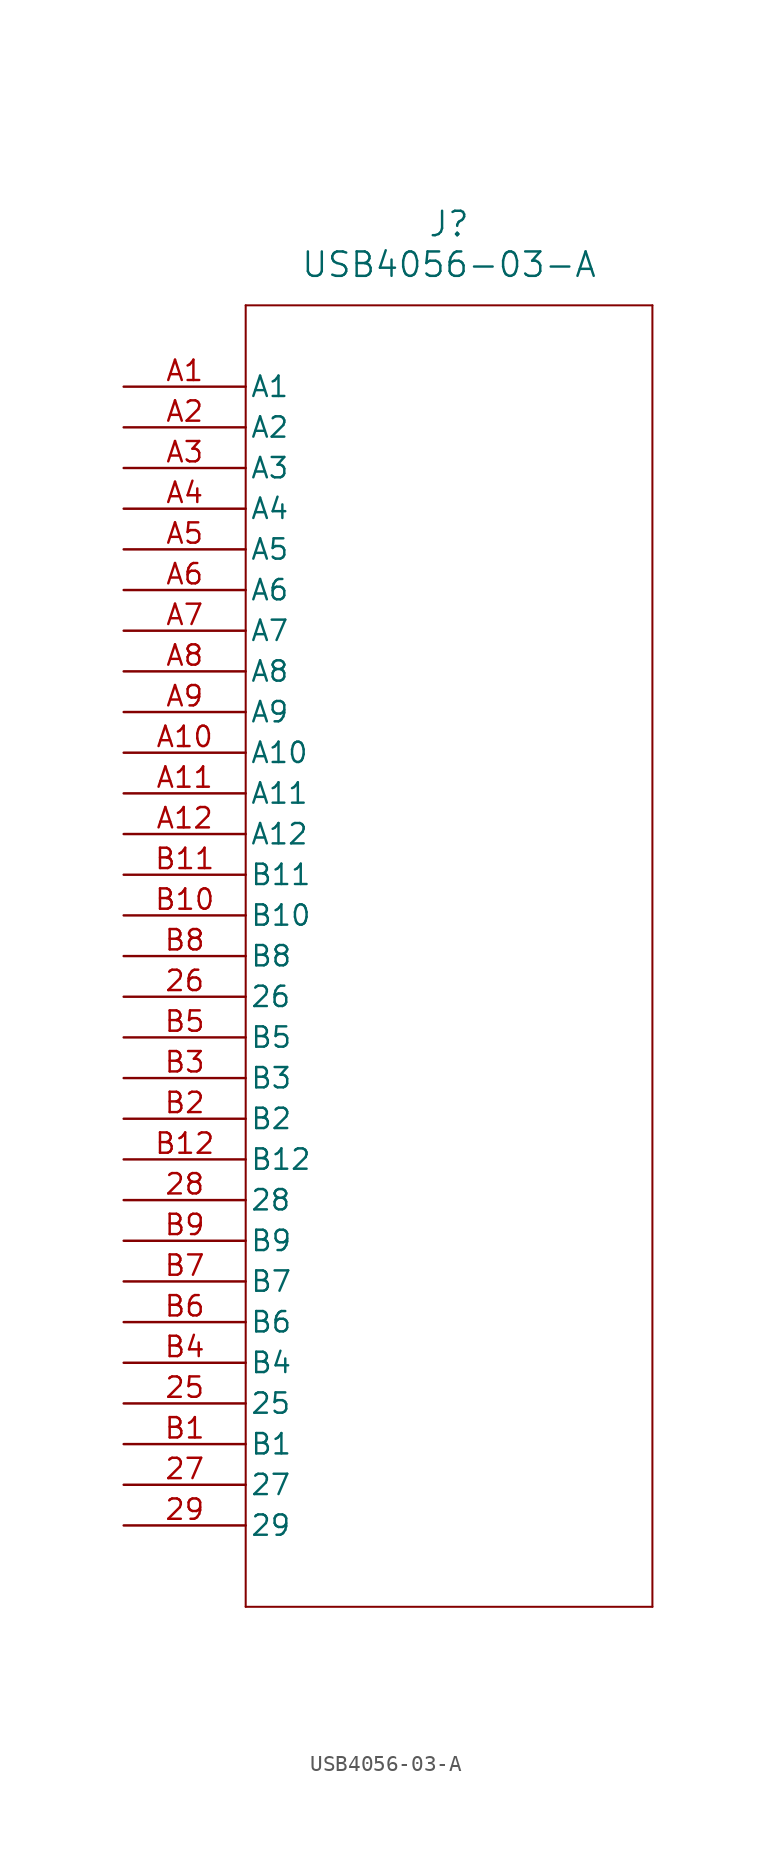
<source format=kicad_sym>
(kicad_symbol_lib
  (version 20211014)
  (generator kicad_symbol_editor)
  (symbol "USB4056-03-A"
    (pin_names
      (offset 0.254))
    (property "Reference" "J"
      (at 20.32 10.16 0)
      (effects (font (size 1.524 1.524))))
    (property "Value" "USB4056-03-A"
      (at 20.32 7.62 0)
      (effects (font (size 1.524 1.524))))
    (symbol "USB4056-03-A_0_1"
      (polyline (pts (xy 7.62 5.08) (xy 7.62 -76.2)) (stroke (width 0.127) (type default) (color 0 0 0 0)) (fill (type none)))
      (polyline (pts (xy 7.62 -76.2) (xy 33.02 -76.2)) (stroke (width 0.127) (type default) (color 0 0 0 0)) (fill (type none)))
      (polyline (pts (xy 33.02 -76.2) (xy 33.02 5.08)) (stroke (width 0.127) (type default) (color 0 0 0 0)) (fill (type none)))
      (polyline (pts (xy 33.02 5.08) (xy 7.62 5.08)) (stroke (width 0.127) (type default) (color 0 0 0 0)) (fill (type none)))
      (pin unspecified line (at 0 0 0) (length 7.62) (name "A1" (effects (font (size 1.27 1.27)))) (number "A1" (effects (font (size 1.27 1.27)))))
      (pin unspecified line (at 0 -2.54 0) (length 7.62) (name "A2" (effects (font (size 1.27 1.27)))) (number "A2" (effects (font (size 1.27 1.27)))))
      (pin unspecified line (at 0 -5.08 0) (length 7.62) (name "A3" (effects (font (size 1.27 1.27)))) (number "A3" (effects (font (size 1.27 1.27)))))
      (pin unspecified line (at 0 -7.62 0) (length 7.62) (name "A4" (effects (font (size 1.27 1.27)))) (number "A4" (effects (font (size 1.27 1.27)))))
      (pin unspecified line (at 0 -10.16 0) (length 7.62) (name "A5" (effects (font (size 1.27 1.27)))) (number "A5" (effects (font (size 1.27 1.27)))))
      (pin unspecified line (at 0 -12.7 0) (length 7.62) (name "A6" (effects (font (size 1.27 1.27)))) (number "A6" (effects (font (size 1.27 1.27)))))
      (pin unspecified line (at 0 -15.24 0) (length 7.62) (name "A7" (effects (font (size 1.27 1.27)))) (number "A7" (effects (font (size 1.27 1.27)))))
      (pin unspecified line (at 0 -17.78 0) (length 7.62) (name "A8" (effects (font (size 1.27 1.27)))) (number "A8" (effects (font (size 1.27 1.27)))))
      (pin unspecified line (at 0 -20.32 0) (length 7.62) (name "A9" (effects (font (size 1.27 1.27)))) (number "A9" (effects (font (size 1.27 1.27)))))
      (pin unspecified line (at 0 -22.86 0) (length 7.62) (name "A10" (effects (font (size 1.27 1.27)))) (number "A10" (effects (font (size 1.27 1.27)))))
      (pin unspecified line (at 0 -25.4 0) (length 7.62) (name "A11" (effects (font (size 1.27 1.27)))) (number "A11" (effects (font (size 1.27 1.27)))))
      (pin unspecified line (at 0 -27.94 0) (length 7.62) (name "A12" (effects (font (size 1.27 1.27)))) (number "A12" (effects (font (size 1.27 1.27)))))
      (pin unspecified line (at 0 -30.48 0) (length 7.62) (name "B11" (effects (font (size 1.27 1.27)))) (number "B11" (effects (font (size 1.27 1.27)))))
      (pin unspecified line (at 0 -33.02 0) (length 7.62) (name "B10" (effects (font (size 1.27 1.27)))) (number "B10" (effects (font (size 1.27 1.27)))))
      (pin unspecified line (at 0 -35.56 0) (length 7.62) (name "B8" (effects (font (size 1.27 1.27)))) (number "B8" (effects (font (size 1.27 1.27)))))
      (pin unspecified line (at 0 -38.1 0) (length 7.62) (name "26" (effects (font (size 1.27 1.27)))) (number "26" (effects (font (size 1.27 1.27)))))
      (pin unspecified line (at 0 -40.64 0) (length 7.62) (name "B5" (effects (font (size 1.27 1.27)))) (number "B5" (effects (font (size 1.27 1.27)))))
      (pin unspecified line (at 0 -43.18 0) (length 7.62) (name "B3" (effects (font (size 1.27 1.27)))) (number "B3" (effects (font (size 1.27 1.27)))))
      (pin unspecified line (at 0 -45.72 0) (length 7.62) (name "B2" (effects (font (size 1.27 1.27)))) (number "B2" (effects (font (size 1.27 1.27)))))
      (pin unspecified line (at 0 -48.26 0) (length 7.62) (name "B12" (effects (font (size 1.27 1.27)))) (number "B12" (effects (font (size 1.27 1.27)))))
      (pin unspecified line (at 0 -50.8 0) (length 7.62) (name "28" (effects (font (size 1.27 1.27)))) (number "28" (effects (font (size 1.27 1.27)))))
      (pin unspecified line (at 0 -53.34 0) (length 7.62) (name "B9" (effects (font (size 1.27 1.27)))) (number "B9" (effects (font (size 1.27 1.27)))))
      (pin unspecified line (at 0 -55.88 0) (length 7.62) (name "B7" (effects (font (size 1.27 1.27)))) (number "B7" (effects (font (size 1.27 1.27)))))
      (pin unspecified line (at 0 -58.42 0) (length 7.62) (name "B6" (effects (font (size 1.27 1.27)))) (number "B6" (effects (font (size 1.27 1.27)))))
      (pin unspecified line (at 0 -60.96 0) (length 7.62) (name "B4" (effects (font (size 1.27 1.27)))) (number "B4" (effects (font (size 1.27 1.27)))))
      (pin unspecified line (at 0 -63.5 0) (length 7.62) (name "25" (effects (font (size 1.27 1.27)))) (number "25" (effects (font (size 1.27 1.27)))))
      (pin unspecified line (at 0 -66.04 0) (length 7.62) (name "B1" (effects (font (size 1.27 1.27)))) (number "B1" (effects (font (size 1.27 1.27)))))
      (pin unspecified line (at 0 -68.58 0) (length 7.62) (name "27" (effects (font (size 1.27 1.27)))) (number "27" (effects (font (size 1.27 1.27)))))
      (pin unspecified line (at 0 -71.12 0) (length 7.62) (name "29" (effects (font (size 1.27 1.27)))) (number "29" (effects (font (size 1.27 1.27))))))))
</source>
